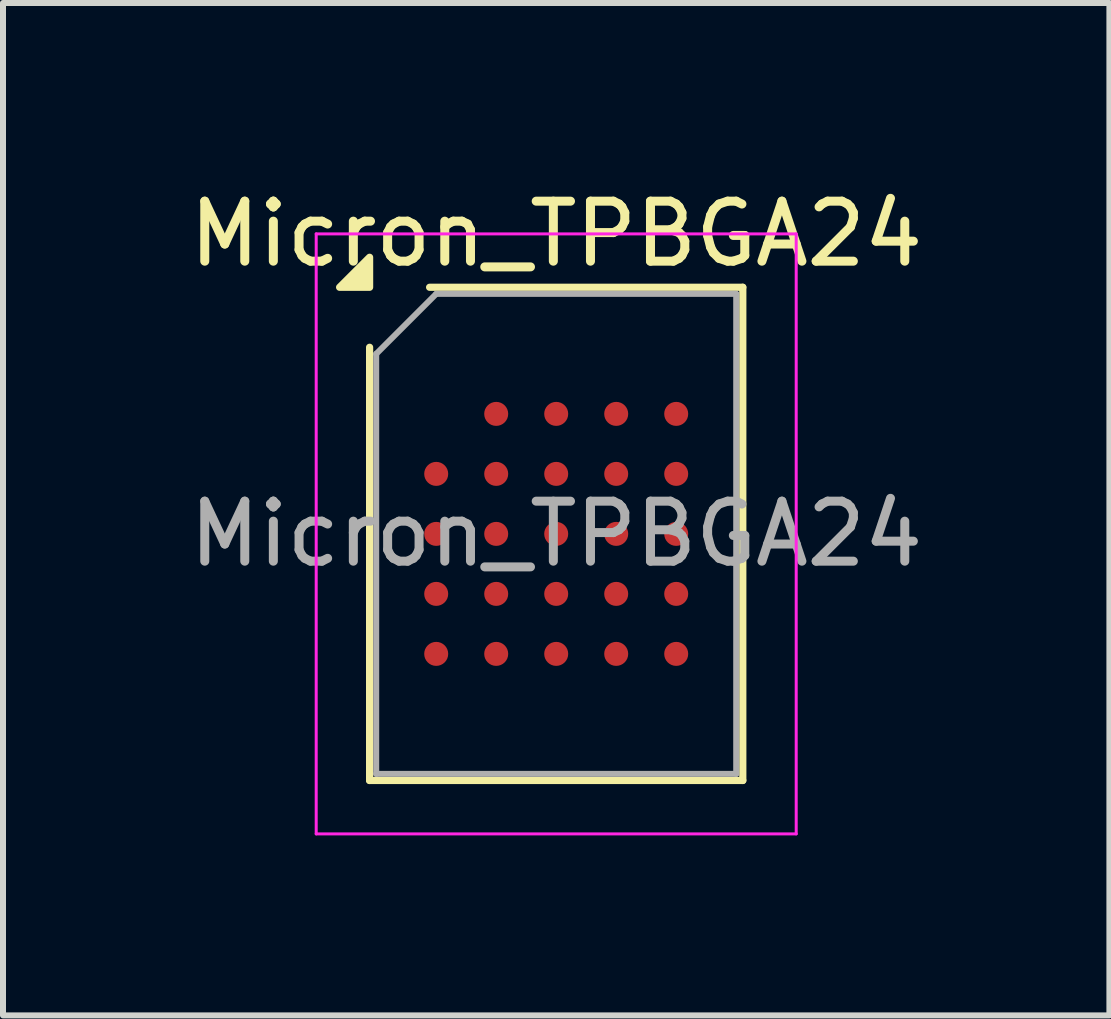
<source format=kicad_pcb>
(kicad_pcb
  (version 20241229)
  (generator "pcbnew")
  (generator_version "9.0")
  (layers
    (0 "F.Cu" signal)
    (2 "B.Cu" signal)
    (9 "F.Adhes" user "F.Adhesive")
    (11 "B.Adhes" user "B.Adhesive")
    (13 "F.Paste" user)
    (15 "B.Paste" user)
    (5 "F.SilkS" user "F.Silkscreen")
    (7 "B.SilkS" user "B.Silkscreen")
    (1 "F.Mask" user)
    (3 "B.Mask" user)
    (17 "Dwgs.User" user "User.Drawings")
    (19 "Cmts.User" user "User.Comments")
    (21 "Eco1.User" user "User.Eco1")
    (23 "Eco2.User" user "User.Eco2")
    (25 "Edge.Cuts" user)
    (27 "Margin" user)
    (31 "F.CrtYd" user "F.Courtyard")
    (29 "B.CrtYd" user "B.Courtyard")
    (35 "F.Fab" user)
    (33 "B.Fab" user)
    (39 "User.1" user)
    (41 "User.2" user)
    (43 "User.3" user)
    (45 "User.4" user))
  (footprint "Micron_TPBGA24"
    (layer "F.Cu")
    (at 6.22 5.848)
    (property "Reference" "Micron_TPBGA24" (at 0 -5 0) (layer "F.SilkS") (effects (font (size 1 1) (thickness 0.15))))
    (attr smd)
    (fp_line (start -3.11 4.11) (end -3.11 -3.11) (stroke (width 0.12) (type solid)) (layer "F.SilkS"))
    (fp_line (start -2.11 -4.11) (end 3.11 -4.11) (stroke (width 0.12) (type solid)) (layer "F.SilkS"))
    (fp_line (start 3.11 -4.11) (end 3.11 4.11) (stroke (width 0.12) (type solid)) (layer "F.SilkS"))
    (fp_line (start 3.11 4.11) (end -3.11 4.11) (stroke (width 0.12) (type solid)) (layer "F.SilkS"))
    (fp_poly (pts (xy -3.11 -4.11) (xy -3.61 -4.11) (xy -3.11 -4.61) (xy -3.11 -4.11)) (stroke (width 0.12) (type solid)) (fill yes) (layer "F.SilkS"))
    (fp_line (start -4 -5) (end -4 5) (stroke (width 0.05) (type solid)) (layer "F.CrtYd"))
    (fp_line (start -4 5) (end 4 5) (stroke (width 0.05) (type solid)) (layer "F.CrtYd"))
    (fp_line (start 4 -5) (end -4 -5) (stroke (width 0.05) (type solid)) (layer "F.CrtYd"))
    (fp_line (start 4 5) (end 4 -5) (stroke (width 0.05) (type solid)) (layer "F.CrtYd"))
    (fp_line (start -3 -3) (end -2 -4) (stroke (width 0.1) (type solid)) (layer "F.Fab"))
    (fp_line (start -3 4) (end -3 -3) (stroke (width 0.1) (type solid)) (layer "F.Fab"))
    (fp_line (start -2 -4) (end 3 -4) (stroke (width 0.1) (type solid)) (layer "F.Fab"))
    (fp_line (start 3 -4) (end 3 4) (stroke (width 0.1) (type solid)) (layer "F.Fab"))
    (fp_line (start 3 4) (end -3 4) (stroke (width 0.1) (type solid)) (layer "F.Fab"))
    (fp_text user "${REFERENCE}" (at 0 0 0) (layer "F.Fab") (effects (font (size 1 1) (thickness 0.15))))
    (pad "A2" smd circle (at -1 -2) (size 0.4 0.4) (property pad_prop_bga) (layers "F.Cu" "F.Mask" "F.Paste"))
    (pad "A3" smd circle (at 0 -2) (size 0.4 0.4) (property pad_prop_bga) (layers "F.Cu" "F.Mask" "F.Paste"))
    (pad "A4" smd circle (at 1 -2) (size 0.4 0.4) (property pad_prop_bga) (layers "F.Cu" "F.Mask" "F.Paste"))
    (pad "A5" smd circle (at 2 -2) (size 0.4 0.4) (property pad_prop_bga) (layers "F.Cu" "F.Mask" "F.Paste"))
    (pad "B1" smd circle (at -2 -1) (size 0.4 0.4) (property pad_prop_bga) (layers "F.Cu" "F.Mask" "F.Paste"))
    (pad "B2" smd circle (at -1 -1) (size 0.4 0.4) (property pad_prop_bga) (layers "F.Cu" "F.Mask" "F.Paste"))
    (pad "B3" smd circle (at 0 -1) (size 0.4 0.4) (property pad_prop_bga) (layers "F.Cu" "F.Mask" "F.Paste"))
    (pad "B4" smd circle (at 1 -1) (size 0.4 0.4) (property pad_prop_bga) (layers "F.Cu" "F.Mask" "F.Paste"))
    (pad "B5" smd circle (at 2 -1) (size 0.4 0.4) (property pad_prop_bga) (layers "F.Cu" "F.Mask" "F.Paste"))
    (pad "C1" smd circle (at -2 0) (size 0.4 0.4) (property pad_prop_bga) (layers "F.Cu" "F.Mask" "F.Paste"))
    (pad "C2" smd circle (at -1 0) (size 0.4 0.4) (property pad_prop_bga) (layers "F.Cu" "F.Mask" "F.Paste"))
    (pad "C3" smd circle (at 0 0) (size 0.4 0.4) (property pad_prop_bga) (layers "F.Cu" "F.Mask" "F.Paste"))
    (pad "C4" smd circle (at 1 0) (size 0.4 0.4) (property pad_prop_bga) (layers "F.Cu" "F.Mask" "F.Paste"))
    (pad "C5" smd circle (at 2 0) (size 0.4 0.4) (property pad_prop_bga) (layers "F.Cu" "F.Mask" "F.Paste"))
    (pad "D1" smd circle (at -2 1) (size 0.4 0.4) (property pad_prop_bga) (layers "F.Cu" "F.Mask" "F.Paste"))
    (pad "D2" smd circle (at -1 1) (size 0.4 0.4) (property pad_prop_bga) (layers "F.Cu" "F.Mask" "F.Paste"))
    (pad "D3" smd circle (at 0 1) (size 0.4 0.4) (property pad_prop_bga) (layers "F.Cu" "F.Mask" "F.Paste"))
    (pad "D4" smd circle (at 1 1) (size 0.4 0.4) (property pad_prop_bga) (layers "F.Cu" "F.Mask" "F.Paste"))
    (pad "D5" smd circle (at 2 1) (size 0.4 0.4) (property pad_prop_bga) (layers "F.Cu" "F.Mask" "F.Paste"))
    (pad "E1" smd circle (at -2 2) (size 0.4 0.4) (property pad_prop_bga) (layers "F.Cu" "F.Mask" "F.Paste"))
    (pad "E2" smd circle (at -1 2) (size 0.4 0.4) (property pad_prop_bga) (layers "F.Cu" "F.Mask" "F.Paste"))
    (pad "E3" smd circle (at 0 2) (size 0.4 0.4) (property pad_prop_bga) (layers "F.Cu" "F.Mask" "F.Paste"))
    (pad "E4" smd circle (at 1 2) (size 0.4 0.4) (property pad_prop_bga) (layers "F.Cu" "F.Mask" "F.Paste"))
    (pad "E5" smd circle (at 2 2) (size 0.4 0.4) (property pad_prop_bga) (layers "F.Cu" "F.Mask" "F.Paste")))
  (gr_rect
    (start -3 -3)
    (end 15.44 13.873)
    (stroke (width 0.1) (type default))
    (fill no)
    (layer "Edge.Cuts")))
</source>
